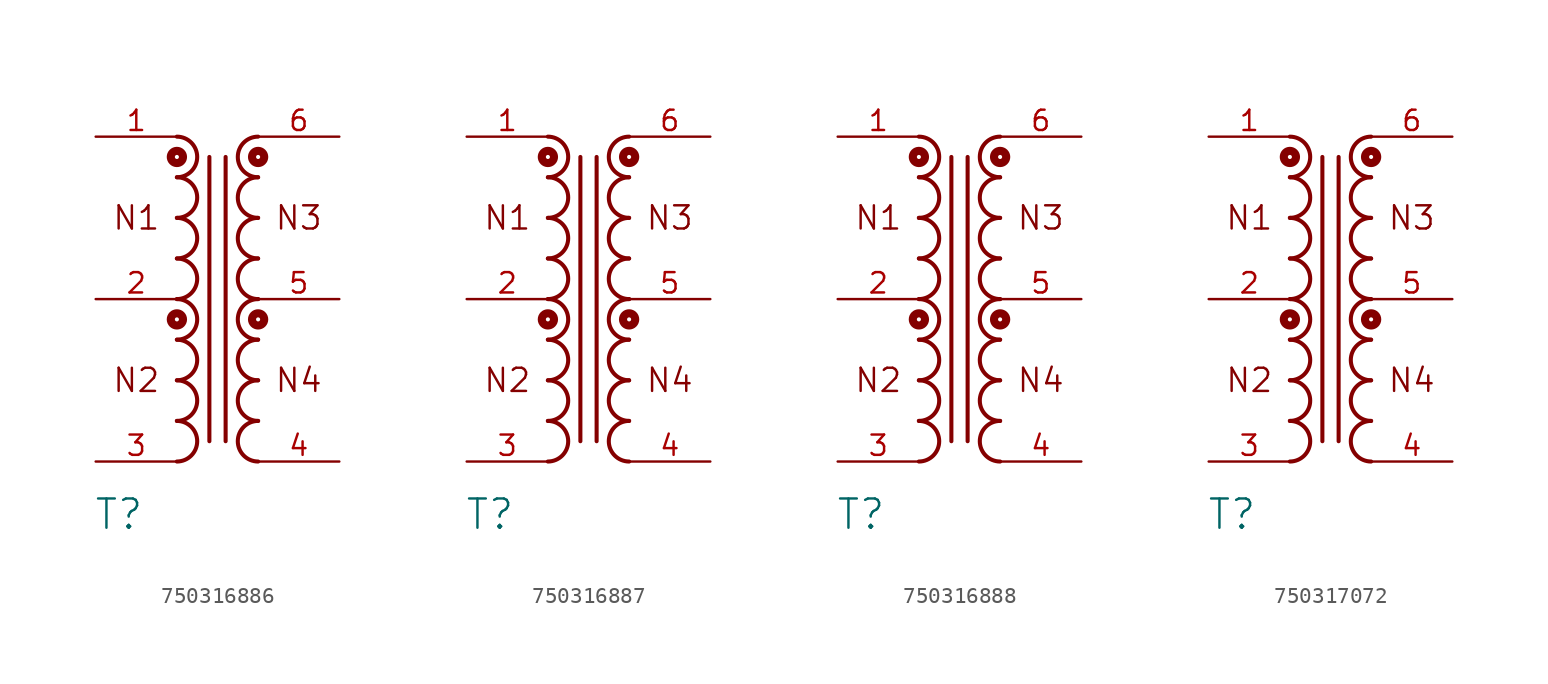
<source format=kicad_sym>
(kicad_symbol_lib
  (version 20231120)
  (generator "kicad_symbol_editor")
  (generator_version "8.0")
  (symbol "750316886"
    (property "Reference" "T"
      (at 1.457 -23.622 0)
      (effects (font (size 1.829 1.829))))
    (symbol "750316886_1_0"
      (polyline (pts (xy 7.112 -1.27) (xy 7.112 -19.05)) (stroke (width 0.254) (type solid)) (fill (type none)))
      (polyline (pts (xy 8.128 -1.27) (xy 8.128 -19.05)) (stroke (width 0.254) (type solid)) (fill (type none)))
      (arc (start 5.08 -20.32) (mid 6.35 -19.05) (end 5.08 -17.78) (stroke (width 0.254) (type solid)) (fill (type none)))
      (arc (start 5.08 -17.78) (mid 6.35 -16.51) (end 5.08 -15.24) (stroke (width 0.254) (type solid)) (fill (type none)))
      (arc (start 5.08 -15.24) (mid 6.35 -13.97) (end 5.08 -12.7) (stroke (width 0.254) (type solid)) (fill (type none)))
      (arc (start 5.08 -12.7) (mid 6.35 -11.43) (end 5.08 -10.16) (stroke (width 0.254) (type solid)) (fill (type none)))
      (circle (center 5.08 -11.43) (radius 0.127) (stroke (width 0.508) (type solid)) (fill (type none)))
      (arc (start 5.08 -10.16) (mid 6.35 -8.89) (end 5.08 -7.62) (stroke (width 0.254) (type solid)) (fill (type none)))
      (arc (start 5.08 -7.62) (mid 6.35 -6.35) (end 5.08 -5.08) (stroke (width 0.254) (type solid)) (fill (type none)))
      (arc (start 5.08 -5.08) (mid 6.35 -3.81) (end 5.08 -2.54) (stroke (width 0.254) (type solid)) (fill (type none)))
      (arc (start 5.08 -2.54) (mid 6.35 -1.27) (end 5.08 0) (stroke (width 0.254) (type solid)) (fill (type none)))
      (circle (center 5.08 -1.27) (radius 0.127) (stroke (width 0.508) (type solid)) (fill (type none)))
      (arc (start 10.16 -17.78) (mid 8.89 -19.05) (end 10.16 -20.32) (stroke (width 0.254) (type solid)) (fill (type none)))
      (arc (start 10.16 -15.24) (mid 8.89 -16.51) (end 10.16 -17.78) (stroke (width 0.254) (type solid)) (fill (type none)))
      (arc (start 10.16 -12.7) (mid 8.89 -13.97) (end 10.16 -15.24) (stroke (width 0.254) (type solid)) (fill (type none)))
      (circle (center 10.16 -11.43) (radius 0.127) (stroke (width 0.508) (type solid)) (fill (type none)))
      (arc (start 10.16 -10.16) (mid 8.89 -11.43) (end 10.16 -12.7) (stroke (width 0.254) (type solid)) (fill (type none)))
      (arc (start 10.16 -7.62) (mid 8.89 -8.89) (end 10.16 -10.16) (stroke (width 0.254) (type solid)) (fill (type none)))
      (arc (start 10.16 -5.08) (mid 8.89 -6.35) (end 10.16 -7.62) (stroke (width 0.254) (type solid)) (fill (type none)))
      (arc (start 10.16 -2.54) (mid 8.89 -3.81) (end 10.16 -5.08) (stroke (width 0.254) (type solid)) (fill (type none)))
      (circle (center 10.16 -1.27) (radius 0.127) (stroke (width 0.508) (type solid)) (fill (type none)))
      (arc (start 10.16 0) (mid 8.89 -1.27) (end 10.16 -2.54) (stroke (width 0.254) (type solid)) (fill (type none)))
      (text "N1" (at 2.54 -5.08 0) (effects (font (size 1.448 1.448))))
      (text "N2" (at 2.54 -15.24 0) (effects (font (size 1.448 1.448))))
      (text "N3" (at 12.7 -5.08 0) (effects (font (size 1.448 1.448))))
      (text "N4" (at 12.7 -15.24 0) (effects (font (size 1.448 1.448))))
      (pin passive line (at 0 0 0) (length 5.08) (name "1" (effects (font (size 0 0)))) (number "1" (effects (font (size 1.27 1.27)))))
      (pin passive line (at 0 -10.16 0) (length 5.08) (name "2" (effects (font (size 0 0)))) (number "2" (effects (font (size 1.27 1.27)))))
      (pin passive line (at 0 -20.32 0) (length 5.08) (name "3" (effects (font (size 0 0)))) (number "3" (effects (font (size 1.27 1.27)))))
      (pin passive line (at 15.24 -20.32 180) (length 5.08) (name "4" (effects (font (size 0 0)))) (number "4" (effects (font (size 1.27 1.27)))))
      (pin passive line (at 15.24 -10.16 180) (length 5.08) (name "5" (effects (font (size 0 0)))) (number "5" (effects (font (size 1.27 1.27)))))
      (pin passive line (at 15.24 0 180) (length 5.08) (name "6" (effects (font (size 0 0)))) (number "6" (effects (font (size 1.27 1.27)))))))
  (symbol "750316887"
    (property "Reference" "T"
      (at 1.457 -23.622 0)
      (effects (font (size 1.829 1.829))))
    (symbol "750316887_1_0"
      (polyline (pts (xy 7.112 -1.27) (xy 7.112 -19.05)) (stroke (width 0.254) (type solid)) (fill (type none)))
      (polyline (pts (xy 8.128 -1.27) (xy 8.128 -19.05)) (stroke (width 0.254) (type solid)) (fill (type none)))
      (arc (start 5.08 -20.32) (mid 6.35 -19.05) (end 5.08 -17.78) (stroke (width 0.254) (type solid)) (fill (type none)))
      (arc (start 5.08 -17.78) (mid 6.35 -16.51) (end 5.08 -15.24) (stroke (width 0.254) (type solid)) (fill (type none)))
      (arc (start 5.08 -15.24) (mid 6.35 -13.97) (end 5.08 -12.7) (stroke (width 0.254) (type solid)) (fill (type none)))
      (arc (start 5.08 -12.7) (mid 6.35 -11.43) (end 5.08 -10.16) (stroke (width 0.254) (type solid)) (fill (type none)))
      (circle (center 5.08 -11.43) (radius 0.127) (stroke (width 0.508) (type solid)) (fill (type none)))
      (arc (start 5.08 -10.16) (mid 6.35 -8.89) (end 5.08 -7.62) (stroke (width 0.254) (type solid)) (fill (type none)))
      (arc (start 5.08 -7.62) (mid 6.35 -6.35) (end 5.08 -5.08) (stroke (width 0.254) (type solid)) (fill (type none)))
      (arc (start 5.08 -5.08) (mid 6.35 -3.81) (end 5.08 -2.54) (stroke (width 0.254) (type solid)) (fill (type none)))
      (arc (start 5.08 -2.54) (mid 6.35 -1.27) (end 5.08 0) (stroke (width 0.254) (type solid)) (fill (type none)))
      (circle (center 5.08 -1.27) (radius 0.127) (stroke (width 0.508) (type solid)) (fill (type none)))
      (arc (start 10.16 -17.78) (mid 8.89 -19.05) (end 10.16 -20.32) (stroke (width 0.254) (type solid)) (fill (type none)))
      (arc (start 10.16 -15.24) (mid 8.89 -16.51) (end 10.16 -17.78) (stroke (width 0.254) (type solid)) (fill (type none)))
      (arc (start 10.16 -12.7) (mid 8.89 -13.97) (end 10.16 -15.24) (stroke (width 0.254) (type solid)) (fill (type none)))
      (circle (center 10.16 -11.43) (radius 0.127) (stroke (width 0.508) (type solid)) (fill (type none)))
      (arc (start 10.16 -10.16) (mid 8.89 -11.43) (end 10.16 -12.7) (stroke (width 0.254) (type solid)) (fill (type none)))
      (arc (start 10.16 -7.62) (mid 8.89 -8.89) (end 10.16 -10.16) (stroke (width 0.254) (type solid)) (fill (type none)))
      (arc (start 10.16 -5.08) (mid 8.89 -6.35) (end 10.16 -7.62) (stroke (width 0.254) (type solid)) (fill (type none)))
      (arc (start 10.16 -2.54) (mid 8.89 -3.81) (end 10.16 -5.08) (stroke (width 0.254) (type solid)) (fill (type none)))
      (circle (center 10.16 -1.27) (radius 0.127) (stroke (width 0.508) (type solid)) (fill (type none)))
      (arc (start 10.16 0) (mid 8.89 -1.27) (end 10.16 -2.54) (stroke (width 0.254) (type solid)) (fill (type none)))
      (text "N1" (at 2.54 -5.08 0) (effects (font (size 1.448 1.448))))
      (text "N2" (at 2.54 -15.24 0) (effects (font (size 1.448 1.448))))
      (text "N3" (at 12.7 -5.08 0) (effects (font (size 1.448 1.448))))
      (text "N4" (at 12.7 -15.24 0) (effects (font (size 1.448 1.448))))
      (pin passive line (at 0 0 0) (length 5.08) (name "1" (effects (font (size 0 0)))) (number "1" (effects (font (size 1.27 1.27)))))
      (pin passive line (at 0 -10.16 0) (length 5.08) (name "2" (effects (font (size 0 0)))) (number "2" (effects (font (size 1.27 1.27)))))
      (pin passive line (at 0 -20.32 0) (length 5.08) (name "3" (effects (font (size 0 0)))) (number "3" (effects (font (size 1.27 1.27)))))
      (pin passive line (at 15.24 -20.32 180) (length 5.08) (name "4" (effects (font (size 0 0)))) (number "4" (effects (font (size 1.27 1.27)))))
      (pin passive line (at 15.24 -10.16 180) (length 5.08) (name "5" (effects (font (size 0 0)))) (number "5" (effects (font (size 1.27 1.27)))))
      (pin passive line (at 15.24 0 180) (length 5.08) (name "6" (effects (font (size 0 0)))) (number "6" (effects (font (size 1.27 1.27)))))))
  (symbol "750316888"
    (property "Reference" "T"
      (at 1.457 -23.622 0)
      (effects (font (size 1.829 1.829))))
    (symbol "750316888_1_0"
      (polyline (pts (xy 7.112 -1.27) (xy 7.112 -19.05)) (stroke (width 0.254) (type solid)) (fill (type none)))
      (polyline (pts (xy 8.128 -1.27) (xy 8.128 -19.05)) (stroke (width 0.254) (type solid)) (fill (type none)))
      (arc (start 5.08 -20.32) (mid 6.35 -19.05) (end 5.08 -17.78) (stroke (width 0.254) (type solid)) (fill (type none)))
      (arc (start 5.08 -17.78) (mid 6.35 -16.51) (end 5.08 -15.24) (stroke (width 0.254) (type solid)) (fill (type none)))
      (arc (start 5.08 -15.24) (mid 6.35 -13.97) (end 5.08 -12.7) (stroke (width 0.254) (type solid)) (fill (type none)))
      (arc (start 5.08 -12.7) (mid 6.35 -11.43) (end 5.08 -10.16) (stroke (width 0.254) (type solid)) (fill (type none)))
      (circle (center 5.08 -11.43) (radius 0.127) (stroke (width 0.508) (type solid)) (fill (type none)))
      (arc (start 5.08 -10.16) (mid 6.35 -8.89) (end 5.08 -7.62) (stroke (width 0.254) (type solid)) (fill (type none)))
      (arc (start 5.08 -7.62) (mid 6.35 -6.35) (end 5.08 -5.08) (stroke (width 0.254) (type solid)) (fill (type none)))
      (arc (start 5.08 -5.08) (mid 6.35 -3.81) (end 5.08 -2.54) (stroke (width 0.254) (type solid)) (fill (type none)))
      (arc (start 5.08 -2.54) (mid 6.35 -1.27) (end 5.08 0) (stroke (width 0.254) (type solid)) (fill (type none)))
      (circle (center 5.08 -1.27) (radius 0.127) (stroke (width 0.508) (type solid)) (fill (type none)))
      (arc (start 10.16 -17.78) (mid 8.89 -19.05) (end 10.16 -20.32) (stroke (width 0.254) (type solid)) (fill (type none)))
      (arc (start 10.16 -15.24) (mid 8.89 -16.51) (end 10.16 -17.78) (stroke (width 0.254) (type solid)) (fill (type none)))
      (arc (start 10.16 -12.7) (mid 8.89 -13.97) (end 10.16 -15.24) (stroke (width 0.254) (type solid)) (fill (type none)))
      (circle (center 10.16 -11.43) (radius 0.127) (stroke (width 0.508) (type solid)) (fill (type none)))
      (arc (start 10.16 -10.16) (mid 8.89 -11.43) (end 10.16 -12.7) (stroke (width 0.254) (type solid)) (fill (type none)))
      (arc (start 10.16 -7.62) (mid 8.89 -8.89) (end 10.16 -10.16) (stroke (width 0.254) (type solid)) (fill (type none)))
      (arc (start 10.16 -5.08) (mid 8.89 -6.35) (end 10.16 -7.62) (stroke (width 0.254) (type solid)) (fill (type none)))
      (arc (start 10.16 -2.54) (mid 8.89 -3.81) (end 10.16 -5.08) (stroke (width 0.254) (type solid)) (fill (type none)))
      (circle (center 10.16 -1.27) (radius 0.127) (stroke (width 0.508) (type solid)) (fill (type none)))
      (arc (start 10.16 0) (mid 8.89 -1.27) (end 10.16 -2.54) (stroke (width 0.254) (type solid)) (fill (type none)))
      (text "N1" (at 2.54 -5.08 0) (effects (font (size 1.448 1.448))))
      (text "N2" (at 2.54 -15.24 0) (effects (font (size 1.448 1.448))))
      (text "N3" (at 12.7 -5.08 0) (effects (font (size 1.448 1.448))))
      (text "N4" (at 12.7 -15.24 0) (effects (font (size 1.448 1.448))))
      (pin passive line (at 0 0 0) (length 5.08) (name "1" (effects (font (size 0 0)))) (number "1" (effects (font (size 1.27 1.27)))))
      (pin passive line (at 0 -10.16 0) (length 5.08) (name "2" (effects (font (size 0 0)))) (number "2" (effects (font (size 1.27 1.27)))))
      (pin passive line (at 0 -20.32 0) (length 5.08) (name "3" (effects (font (size 0 0)))) (number "3" (effects (font (size 1.27 1.27)))))
      (pin passive line (at 15.24 -20.32 180) (length 5.08) (name "4" (effects (font (size 0 0)))) (number "4" (effects (font (size 1.27 1.27)))))
      (pin passive line (at 15.24 -10.16 180) (length 5.08) (name "5" (effects (font (size 0 0)))) (number "5" (effects (font (size 1.27 1.27)))))
      (pin passive line (at 15.24 0 180) (length 5.08) (name "6" (effects (font (size 0 0)))) (number "6" (effects (font (size 1.27 1.27)))))))
  (symbol "750317072"
    (property "Reference" "T"
      (at 1.457 -23.622 0)
      (effects (font (size 1.829 1.829))))
    (symbol "750317072_1_0"
      (polyline (pts (xy 7.112 -1.27) (xy 7.112 -19.05)) (stroke (width 0.254) (type solid)) (fill (type none)))
      (polyline (pts (xy 8.128 -1.27) (xy 8.128 -19.05)) (stroke (width 0.254) (type solid)) (fill (type none)))
      (arc (start 5.08 -20.32) (mid 6.35 -19.05) (end 5.08 -17.78) (stroke (width 0.254) (type solid)) (fill (type none)))
      (arc (start 5.08 -17.78) (mid 6.35 -16.51) (end 5.08 -15.24) (stroke (width 0.254) (type solid)) (fill (type none)))
      (arc (start 5.08 -15.24) (mid 6.35 -13.97) (end 5.08 -12.7) (stroke (width 0.254) (type solid)) (fill (type none)))
      (arc (start 5.08 -12.7) (mid 6.35 -11.43) (end 5.08 -10.16) (stroke (width 0.254) (type solid)) (fill (type none)))
      (circle (center 5.08 -11.43) (radius 0.127) (stroke (width 0.508) (type solid)) (fill (type none)))
      (arc (start 5.08 -10.16) (mid 6.35 -8.89) (end 5.08 -7.62) (stroke (width 0.254) (type solid)) (fill (type none)))
      (arc (start 5.08 -7.62) (mid 6.35 -6.35) (end 5.08 -5.08) (stroke (width 0.254) (type solid)) (fill (type none)))
      (arc (start 5.08 -5.08) (mid 6.35 -3.81) (end 5.08 -2.54) (stroke (width 0.254) (type solid)) (fill (type none)))
      (arc (start 5.08 -2.54) (mid 6.35 -1.27) (end 5.08 0) (stroke (width 0.254) (type solid)) (fill (type none)))
      (circle (center 5.08 -1.27) (radius 0.127) (stroke (width 0.508) (type solid)) (fill (type none)))
      (arc (start 10.16 -17.78) (mid 8.89 -19.05) (end 10.16 -20.32) (stroke (width 0.254) (type solid)) (fill (type none)))
      (arc (start 10.16 -15.24) (mid 8.89 -16.51) (end 10.16 -17.78) (stroke (width 0.254) (type solid)) (fill (type none)))
      (arc (start 10.16 -12.7) (mid 8.89 -13.97) (end 10.16 -15.24) (stroke (width 0.254) (type solid)) (fill (type none)))
      (circle (center 10.16 -11.43) (radius 0.127) (stroke (width 0.508) (type solid)) (fill (type none)))
      (arc (start 10.16 -10.16) (mid 8.89 -11.43) (end 10.16 -12.7) (stroke (width 0.254) (type solid)) (fill (type none)))
      (arc (start 10.16 -7.62) (mid 8.89 -8.89) (end 10.16 -10.16) (stroke (width 0.254) (type solid)) (fill (type none)))
      (arc (start 10.16 -5.08) (mid 8.89 -6.35) (end 10.16 -7.62) (stroke (width 0.254) (type solid)) (fill (type none)))
      (arc (start 10.16 -2.54) (mid 8.89 -3.81) (end 10.16 -5.08) (stroke (width 0.254) (type solid)) (fill (type none)))
      (circle (center 10.16 -1.27) (radius 0.127) (stroke (width 0.508) (type solid)) (fill (type none)))
      (arc (start 10.16 0) (mid 8.89 -1.27) (end 10.16 -2.54) (stroke (width 0.254) (type solid)) (fill (type none)))
      (text "N1" (at 2.54 -5.08 0) (effects (font (size 1.448 1.448))))
      (text "N2" (at 2.54 -15.24 0) (effects (font (size 1.448 1.448))))
      (text "N3" (at 12.7 -5.08 0) (effects (font (size 1.448 1.448))))
      (text "N4" (at 12.7 -15.24 0) (effects (font (size 1.448 1.448))))
      (pin passive line (at 0 0 0) (length 5.08) (name "1" (effects (font (size 0 0)))) (number "1" (effects (font (size 1.27 1.27)))))
      (pin passive line (at 0 -10.16 0) (length 5.08) (name "2" (effects (font (size 0 0)))) (number "2" (effects (font (size 1.27 1.27)))))
      (pin passive line (at 0 -20.32 0) (length 5.08) (name "3" (effects (font (size 0 0)))) (number "3" (effects (font (size 1.27 1.27)))))
      (pin passive line (at 15.24 -20.32 180) (length 5.08) (name "4" (effects (font (size 0 0)))) (number "4" (effects (font (size 1.27 1.27)))))
      (pin passive line (at 15.24 -10.16 180) (length 5.08) (name "5" (effects (font (size 0 0)))) (number "5" (effects (font (size 1.27 1.27)))))
      (pin passive line (at 15.24 0 180) (length 5.08) (name "6" (effects (font (size 0 0)))) (number "6" (effects (font (size 1.27 1.27))))))))
</source>
